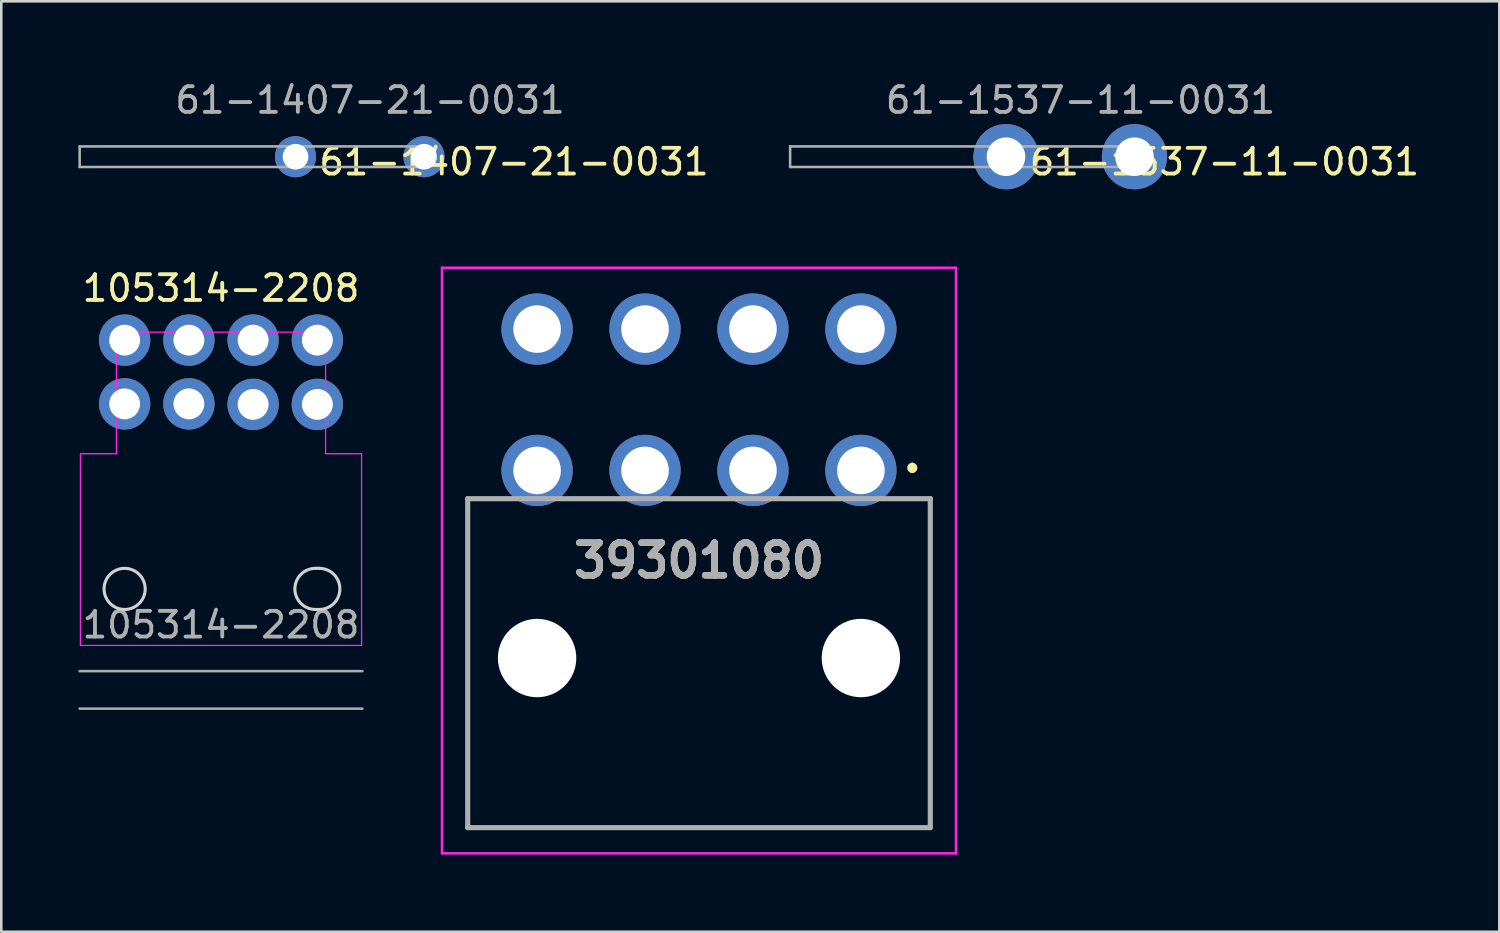
<source format=kicad_pcb>
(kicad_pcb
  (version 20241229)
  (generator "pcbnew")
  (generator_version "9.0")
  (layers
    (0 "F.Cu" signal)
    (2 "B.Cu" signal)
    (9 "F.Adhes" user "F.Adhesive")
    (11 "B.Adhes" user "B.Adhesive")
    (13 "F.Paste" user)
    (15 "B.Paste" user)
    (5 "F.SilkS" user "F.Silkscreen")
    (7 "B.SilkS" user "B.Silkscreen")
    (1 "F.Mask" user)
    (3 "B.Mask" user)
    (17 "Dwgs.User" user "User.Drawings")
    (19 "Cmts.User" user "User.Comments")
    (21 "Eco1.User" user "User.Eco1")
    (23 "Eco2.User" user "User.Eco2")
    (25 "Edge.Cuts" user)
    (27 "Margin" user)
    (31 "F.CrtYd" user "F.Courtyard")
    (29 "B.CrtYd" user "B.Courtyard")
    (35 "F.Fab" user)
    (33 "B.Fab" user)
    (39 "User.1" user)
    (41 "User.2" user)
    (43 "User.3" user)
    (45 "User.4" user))
  (footprint "39301080"
    (layer "F.Cu")
    (at 24.15 18.762)
    (property "Reference" "39301080" (at 0 0 0) (layer "F.SilkS") (effects (font (size 1.27 1.27) (thickness 0.254))))
    (attr through_hole)
    (fp_line (start -9 -2.406) (end -9 10.394) (stroke (width 0.1) (type solid)) (layer "F.SilkS"))
    (fp_line (start -9 10.394) (end 9 10.394) (stroke (width 0.1) (type solid)) (layer "F.SilkS"))
    (fp_line (start 8.3 -3.706) (end 8.3 -3.706) (stroke (width 0.2) (type solid)) (layer "F.SilkS"))
    (fp_line (start 8.3 -3.506) (end 8.3 -3.506) (stroke (width 0.2) (type solid)) (layer "F.SilkS"))
    (fp_line (start 9 10.394) (end 9 -2.406) (stroke (width 0.1) (type solid)) (layer "F.SilkS"))
    (fp_arc (start 8.3 -3.706) (mid 8.4 -3.606) (end 8.3 -3.506) (stroke (width 0.2) (type solid)) (layer "F.SilkS"))
    (fp_arc (start 8.3 -3.506) (mid 8.2 -3.606) (end 8.3 -3.706) (stroke (width 0.2) (type solid)) (layer "F.SilkS"))
    (fp_line (start -10 -11.394) (end 10 -11.394) (stroke (width 0.1) (type solid)) (layer "F.CrtYd"))
    (fp_line (start -10 11.394) (end -10 -11.394) (stroke (width 0.1) (type solid)) (layer "F.CrtYd"))
    (fp_line (start 10 -11.394) (end 10 11.394) (stroke (width 0.1) (type solid)) (layer "F.CrtYd"))
    (fp_line (start 10 11.394) (end -10 11.394) (stroke (width 0.1) (type solid)) (layer "F.CrtYd"))
    (fp_line (start -9 -2.406) (end 9 -2.406) (stroke (width 0.2) (type solid)) (layer "F.Fab"))
    (fp_line (start -9 10.394) (end -9 -2.406) (stroke (width 0.2) (type solid)) (layer "F.Fab"))
    (fp_line (start 9 -2.406) (end 9 10.394) (stroke (width 0.2) (type solid)) (layer "F.Fab"))
    (fp_line (start 9 10.394) (end -9 10.394) (stroke (width 0.2) (type solid)) (layer "F.Fab"))
    (fp_text user "${REFERENCE}" (at 0 0 0) (layer "F.Fab") (effects (font (size 1.27 1.27) (thickness 0.254))))
    (pad "" np_thru_hole circle (at -6.3 3.794) (size 3.05 3.05) (drill 3.05) (layers "*.Cu" "*.Mask"))
    (pad "" np_thru_hole circle (at 6.3 3.794) (size 3.05 3.05) (drill 3.05) (layers "*.Cu" "*.Mask"))
    (pad "1" thru_hole circle (at 6.3 -3.506) (size 2.775 2.775) (drill 1.85) (layers "*.Cu" "*.Mask"))
    (pad "2" thru_hole circle (at 2.1 -3.506) (size 2.775 2.775) (drill 1.85) (layers "*.Cu" "*.Mask"))
    (pad "3" thru_hole circle (at -2.1 -3.506) (size 2.775 2.775) (drill 1.85) (layers "*.Cu" "*.Mask"))
    (pad "4" thru_hole circle (at -6.3 -3.506) (size 2.775 2.775) (drill 1.85) (layers "*.Cu" "*.Mask"))
    (pad "5" thru_hole circle (at 6.3 -9.006) (size 2.775 2.775) (drill 1.85) (layers "*.Cu" "*.Mask"))
    (pad "6" thru_hole circle (at 2.1 -9.006) (size 2.775 2.775) (drill 1.85) (layers "*.Cu" "*.Mask"))
    (pad "7" thru_hole circle (at -2.1 -9.006) (size 2.775 2.775) (drill 1.85) (layers "*.Cu" "*.Mask"))
    (pad "8" thru_hole circle (at -6.3 -9.006) (size 2.775 2.775) (drill 1.85) (layers "*.Cu" "*.Mask")))
  (footprint "61-1537-11-0031"
    (layer "F.Cu")
    (at 38.596 3.048)
    (property "Reference" "61-1537-11-0031" (at 6 0.2 0) (unlocked yes) (layer "F.SilkS") (effects (font (size 1 1) (thickness 0.15))))
    (attr through_hole)
    (fp_line (start -10.9 -0.4) (end -10.9 0.4) (stroke (width 0.1) (type solid)) (layer "F.Fab"))
    (fp_line (start -10.9 0.4) (end 2.6 0.4) (stroke (width 0.1) (type solid)) (layer "F.Fab"))
    (fp_line (start 2.6 -0.4) (end -10.9 -0.4) (stroke (width 0.1) (type solid)) (layer "F.Fab"))
    (fp_line (start 2.6 0.4) (end 2.6 -0.4) (stroke (width 0.1) (type solid)) (layer "F.Fab"))
    (fp_text user "${REFERENCE}" (at 0.4 -2.2 0) (unlocked yes) (layer "F.Fab") (effects (font (size 1 1) (thickness 0.15))))
    (pad "1" thru_hole circle (at -2.5 0) (size 2.54 2.54) (drill 1.5) (layers "*.Cu" "*.Mask"))
    (pad "1" thru_hole circle (at 2.5 0) (size 2.54 2.54) (drill 1.5) (layers "*.Cu" "*.Mask")))
  (footprint "61-1407-21-0031"
    (layer "F.Cu")
    (at 10.95 3.048)
    (property "Reference" "61-1407-21-0031" (at 6 0.2 0) (unlocked yes) (layer "F.SilkS") (effects (font (size 1 1) (thickness 0.15))))
    (attr through_hole)
    (fp_line (start -10.9 -0.4) (end -10.9 0.4) (stroke (width 0.1) (type solid)) (layer "F.Fab"))
    (fp_line (start -10.9 0.4) (end 2.6 0.4) (stroke (width 0.1) (type solid)) (layer "F.Fab"))
    (fp_line (start 2.6 -0.4) (end -10.9 -0.4) (stroke (width 0.1) (type solid)) (layer "F.Fab"))
    (fp_line (start 2.6 0.4) (end 2.6 -0.4) (stroke (width 0.1) (type solid)) (layer "F.Fab"))
    (fp_text user "${REFERENCE}" (at 0.4 -2.2 0) (unlocked yes) (layer "F.Fab") (effects (font (size 1 1) (thickness 0.15))))
    (pad "1" thru_hole circle (at -2.5 0) (size 1.6 1.6) (drill 1) (layers "*.Cu" "*.Mask"))
    (pad "1" thru_hole circle (at 2.5 0) (size 1.6 1.6) (drill 1) (layers "*.Cu" "*.Mask")))
  (footprint "105314-2208"
    (layer "F.Cu")
    (at 5.55 19.866)
    (property "Reference" "105314-2208" (at 0 -11.7 0) (unlocked yes) (layer "F.SilkS") (effects (font (size 1 1) (thickness 0.15))))
    (attr through_hole)
    (fp_line (start 3.675 -0.8) (end 3.825 -0.8) (stroke (width 0.12) (type solid)) (layer "Edge.Cuts"))
    (fp_line (start 3.675 0.8) (end 3.825 0.8) (stroke (width 0.12) (type solid)) (layer "Edge.Cuts"))
    (fp_arc (start 3.675 0.8) (mid 2.875 0) (end 3.675 -0.8) (stroke (width 0.12) (type solid)) (layer "Edge.Cuts"))
    (fp_arc (start 3.825 -0.8) (mid 4.625 0) (end 3.825 0.8) (stroke (width 0.12) (type solid)) (layer "Edge.Cuts"))
    (fp_circle (center -3.75 0) (end -2.95 0) (stroke (width 0.12) (type solid)) (fill no) (layer "Edge.Cuts"))
    (fp_line (start -5.47 -5.26) (end -4.07 -5.26) (stroke (width 0.05) (type solid)) (layer "F.CrtYd"))
    (fp_line (start -5.47 2.2) (end -5.47 -5.26) (stroke (width 0.05) (type solid)) (layer "F.CrtYd"))
    (fp_line (start -5.47 2.2) (end 5.47 2.2) (stroke (width 0.05) (type solid)) (layer "F.CrtYd"))
    (fp_line (start -4.07 -9.99) (end 4.07 -9.99) (stroke (width 0.05) (type solid)) (layer "F.CrtYd"))
    (fp_line (start -4.07 -5.26) (end -4.07 -9.99) (stroke (width 0.05) (type solid)) (layer "F.CrtYd"))
    (fp_line (start 4.07 -5.26) (end 4.07 -9.99) (stroke (width 0.05) (type solid)) (layer "F.CrtYd"))
    (fp_line (start 5.47 -5.26) (end 4.07 -5.26) (stroke (width 0.05) (type solid)) (layer "F.CrtYd"))
    (fp_line (start 5.47 2.2) (end 5.47 -5.26) (stroke (width 0.05) (type solid)) (layer "F.CrtYd"))
    (fp_line (start -5.5 3.2) (end 5.5 3.2) (stroke (width 0.1) (type solid)) (layer "F.Fab"))
    (fp_line (start -5.5 4.66) (end 5.5 4.66) (stroke (width 0.1) (type solid)) (layer "F.Fab"))
    (fp_text user "${REFERENCE}" (at 0 1.4 0) (unlocked yes) (layer "F.Fab") (effects (font (size 1 1) (thickness 0.15))))
    (pad "1" thru_hole circle (at 3.75 -7.18) (size 2 2) (drill 1.2) (layers "*.Cu" "*.Mask"))
    (pad "2" thru_hole circle (at 1.25 -7.18) (size 2 2) (drill 1.2) (layers "*.Cu" "*.Mask"))
    (pad "3" thru_hole circle (at -1.25 -7.2) (size 2 2) (drill 1.2) (layers "*.Cu" "*.Mask"))
    (pad "4" thru_hole circle (at -3.75 -7.2) (size 2 2) (drill 1.2) (layers "*.Cu" "*.Mask"))
    (pad "5" thru_hole circle (at 3.75 -9.68) (size 2 2) (drill 1.2) (layers "*.Cu" "*.Mask"))
    (pad "6" thru_hole circle (at 1.25 -9.68) (size 2 2) (drill 1.2) (layers "*.Cu" "*.Mask"))
    (pad "7" thru_hole circle (at -1.25 -9.68) (size 2 2) (drill 1.2) (layers "*.Cu" "*.Mask"))
    (pad "8" thru_hole circle (at -3.75 -9.68) (size 2 2) (drill 1.2) (layers "*.Cu" "*.Mask")))
  (gr_rect
    (start -3 -3)
    (end 55.293 33.206)
    (stroke (width 0.1) (type default))
    (fill no)
    (layer "Edge.Cuts")))
</source>
